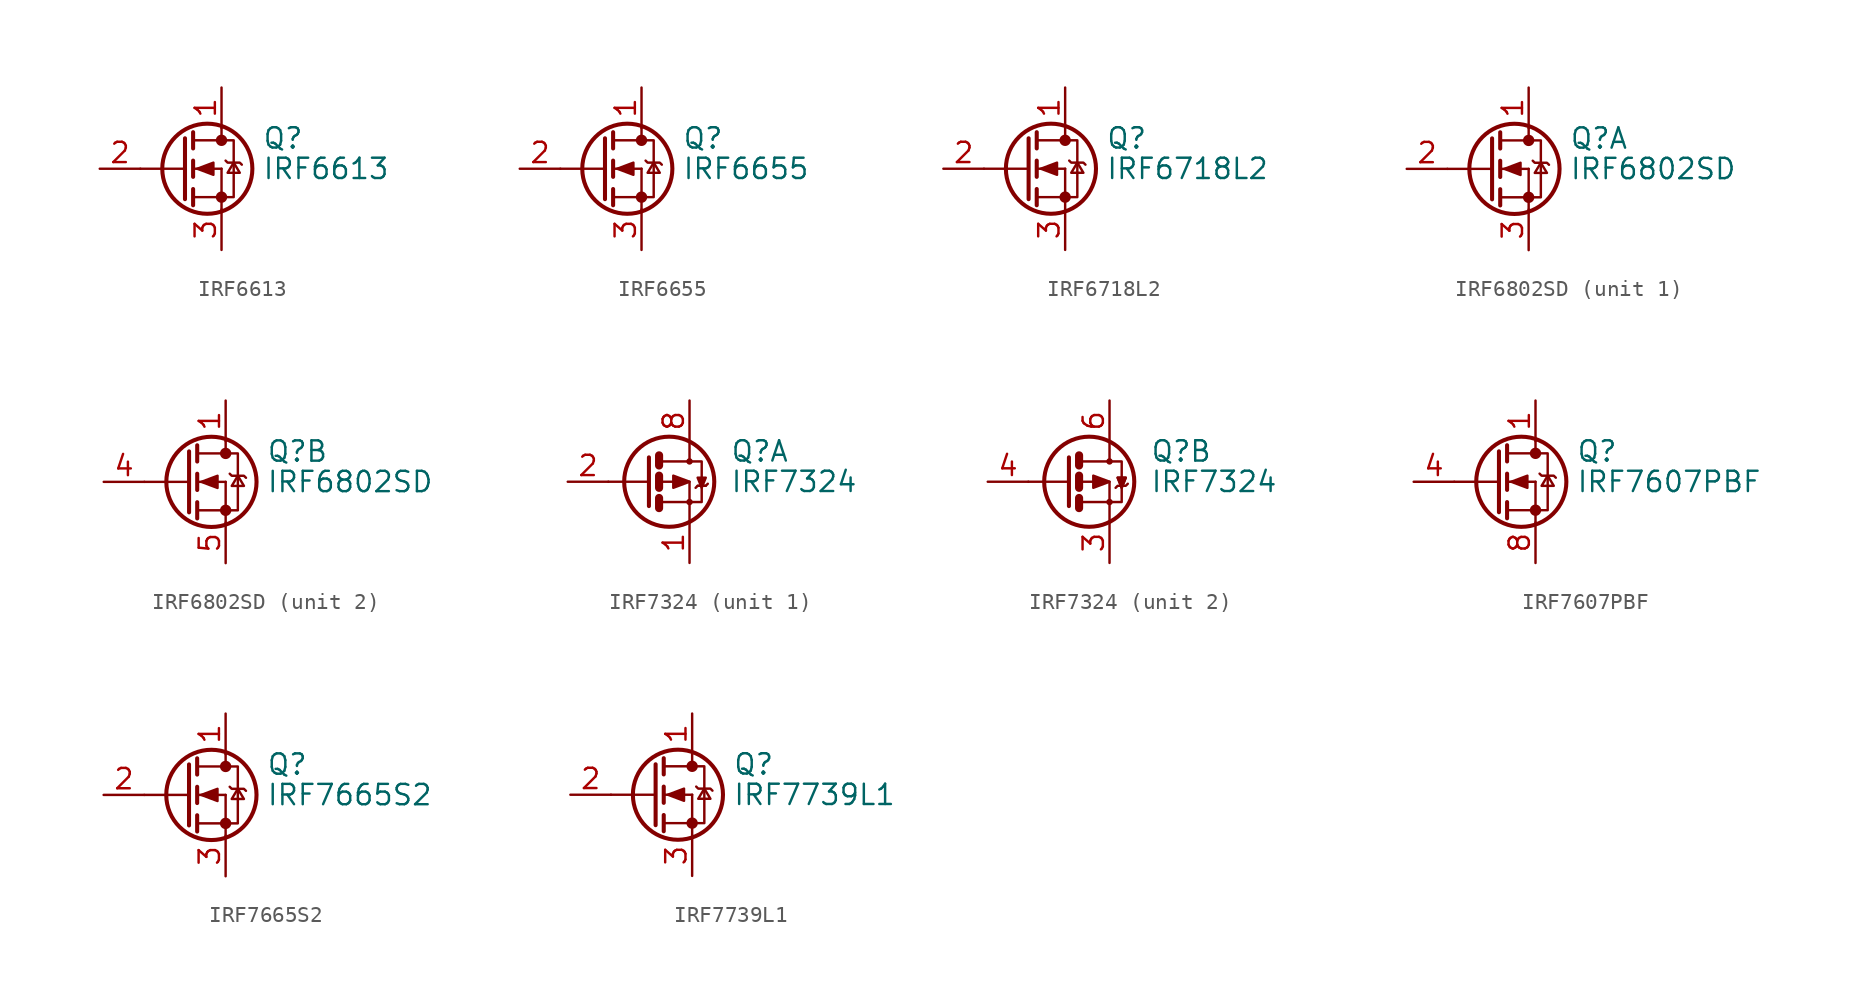
<source format=kicad_sym>
(kicad_symbol_lib
  (version 20201005)
  (generator kicad_symbol_editor)
  (symbol "IRF6613"
    (pin_names
      (offset 0) hide)
    (property "Reference" "Q"
      (at 5.08 1.905 0)
      (effects (font (size 1.27 1.27)) (justify left)))
    (property "Value" "IRF6613"
      (at 5.08 0 0)
      (effects (font (size 1.27 1.27)) (justify left)))
    (symbol "IRF6613_0_1"
      (circle (center 1.651 0) (radius 2.819) (stroke (width 0.254)) (fill (type none)))
      (circle (center 2.54 -1.778) (radius 0.279) (stroke (width 0)) (fill (type outline)))
      (circle (center 2.54 1.778) (radius 0.279) (stroke (width 0)) (fill (type outline)))
      (polyline (pts (xy -2.54 0) (xy 0.254 0)) (stroke (width 0)) (fill (type none)))
      (polyline (pts (xy 0.762 -1.778) (xy 2.54 -1.778)) (stroke (width 0)) (fill (type none)))
      (polyline (pts (xy 0.762 -1.27) (xy 0.762 -2.286)) (stroke (width 0.254)) (fill (type none)))
      (polyline (pts (xy 0.762 0) (xy 2.54 0)) (stroke (width 0)) (fill (type none)))
      (polyline (pts (xy 0.762 0.508) (xy 0.762 -0.508)) (stroke (width 0.254)) (fill (type none)))
      (polyline (pts (xy 0.762 1.778) (xy 2.54 1.778)) (stroke (width 0)) (fill (type none)))
      (polyline (pts (xy 0.762 2.286) (xy 0.762 1.27)) (stroke (width 0.254)) (fill (type none)))
      (polyline (pts (xy 2.54 -1.778) (xy 2.54 -2.54)) (stroke (width 0)) (fill (type none)))
      (polyline (pts (xy 2.54 -1.778) (xy 2.54 0)) (stroke (width 0)) (fill (type none)))
      (polyline (pts (xy 2.54 2.54) (xy 2.54 1.778)) (stroke (width 0)) (fill (type none)))
      (polyline (pts (xy 0.254 1.905) (xy 0.254 -1.905) (xy 0.254 -1.905)) (stroke (width 0.254)) (fill (type none)))
      (polyline (pts (xy 1.016 0) (xy 2.032 0.381) (xy 2.032 -0.381) (xy 1.016 0)) (stroke (width 0)) (fill (type outline)))
      (polyline (pts (xy 2.54 -1.778) (xy 3.302 -1.778) (xy 3.302 1.778) (xy 2.54 1.778)) (stroke (width 0)) (fill (type none)))
      (polyline (pts (xy 2.794 0.508) (xy 2.921 0.381) (xy 3.683 0.381) (xy 3.81 0.254)) (stroke (width 0)) (fill (type none)))
      (polyline (pts (xy 3.302 0.381) (xy 2.921 -0.254) (xy 3.683 -0.254) (xy 3.302 0.381)) (stroke (width 0)) (fill (type none))))
    (symbol "IRF6613_1_1"
      (pin passive line (at 2.54 5.08 270) (length 2.54) (name "D" (effects (font (size 1.27 1.27)))) (number "1" (effects (font (size 1.27 1.27)))))
      (pin input line (at -5.08 0 0) (length 2.54) (name "G" (effects (font (size 1.27 1.27)))) (number "2" (effects (font (size 1.27 1.27)))))
      (pin passive line (at 2.54 -5.08 90) (length 2.54) (name "S" (effects (font (size 1.27 1.27)))) (number "3" (effects (font (size 1.27 1.27)))))))
  (symbol "IRF6655"
    (pin_names
      (offset 0) hide)
    (property "Reference" "Q"
      (at 5.08 1.905 0)
      (effects (font (size 1.27 1.27)) (justify left)))
    (property "Value" "IRF6655"
      (at 5.08 0 0)
      (effects (font (size 1.27 1.27)) (justify left)))
    (symbol "IRF6655_0_1"
      (circle (center 1.651 0) (radius 2.819) (stroke (width 0.254)) (fill (type none)))
      (circle (center 2.54 -1.778) (radius 0.279) (stroke (width 0)) (fill (type outline)))
      (circle (center 2.54 1.778) (radius 0.279) (stroke (width 0)) (fill (type outline)))
      (polyline (pts (xy -2.54 0) (xy 0.254 0)) (stroke (width 0)) (fill (type none)))
      (polyline (pts (xy 0.762 -1.778) (xy 2.54 -1.778)) (stroke (width 0)) (fill (type none)))
      (polyline (pts (xy 0.762 -1.27) (xy 0.762 -2.286)) (stroke (width 0.254)) (fill (type none)))
      (polyline (pts (xy 0.762 0) (xy 2.54 0)) (stroke (width 0)) (fill (type none)))
      (polyline (pts (xy 0.762 0.508) (xy 0.762 -0.508)) (stroke (width 0.254)) (fill (type none)))
      (polyline (pts (xy 0.762 1.778) (xy 2.54 1.778)) (stroke (width 0)) (fill (type none)))
      (polyline (pts (xy 0.762 2.286) (xy 0.762 1.27)) (stroke (width 0.254)) (fill (type none)))
      (polyline (pts (xy 2.54 -1.778) (xy 2.54 -2.54)) (stroke (width 0)) (fill (type none)))
      (polyline (pts (xy 2.54 -1.778) (xy 2.54 0)) (stroke (width 0)) (fill (type none)))
      (polyline (pts (xy 2.54 2.54) (xy 2.54 1.778)) (stroke (width 0)) (fill (type none)))
      (polyline (pts (xy 0.254 1.905) (xy 0.254 -1.905) (xy 0.254 -1.905)) (stroke (width 0.254)) (fill (type none)))
      (polyline (pts (xy 1.016 0) (xy 2.032 0.381) (xy 2.032 -0.381) (xy 1.016 0)) (stroke (width 0)) (fill (type outline)))
      (polyline (pts (xy 2.54 -1.778) (xy 3.302 -1.778) (xy 3.302 1.778) (xy 2.54 1.778)) (stroke (width 0)) (fill (type none)))
      (polyline (pts (xy 2.794 0.508) (xy 2.921 0.381) (xy 3.683 0.381) (xy 3.81 0.254)) (stroke (width 0)) (fill (type none)))
      (polyline (pts (xy 3.302 0.381) (xy 2.921 -0.254) (xy 3.683 -0.254) (xy 3.302 0.381)) (stroke (width 0)) (fill (type none))))
    (symbol "IRF6655_1_1"
      (pin passive line (at 2.54 5.08 270) (length 2.54) (name "D" (effects (font (size 1.27 1.27)))) (number "1" (effects (font (size 1.27 1.27)))))
      (pin input line (at -5.08 0 0) (length 2.54) (name "G" (effects (font (size 1.27 1.27)))) (number "2" (effects (font (size 1.27 1.27)))))
      (pin passive line (at 2.54 -5.08 90) (length 2.54) (name "S" (effects (font (size 1.27 1.27)))) (number "3" (effects (font (size 1.27 1.27)))))))
  (symbol "IRF6718L2"
    (pin_names
      (offset 0) hide)
    (property "Reference" "Q"
      (at 5.08 1.905 0)
      (effects (font (size 1.27 1.27)) (justify left)))
    (property "Value" "IRF6718L2"
      (at 5.08 0 0)
      (effects (font (size 1.27 1.27)) (justify left)))
    (symbol "IRF6718L2_0_1"
      (circle (center 1.651 0) (radius 2.819) (stroke (width 0.254)) (fill (type none)))
      (circle (center 2.54 -1.778) (radius 0.279) (stroke (width 0)) (fill (type outline)))
      (circle (center 2.54 1.778) (radius 0.279) (stroke (width 0)) (fill (type outline)))
      (polyline (pts (xy -2.54 0) (xy 0.254 0)) (stroke (width 0)) (fill (type none)))
      (polyline (pts (xy 0.762 -1.778) (xy 2.54 -1.778)) (stroke (width 0)) (fill (type none)))
      (polyline (pts (xy 0.762 -1.27) (xy 0.762 -2.286)) (stroke (width 0.254)) (fill (type none)))
      (polyline (pts (xy 0.762 0) (xy 2.54 0)) (stroke (width 0)) (fill (type none)))
      (polyline (pts (xy 0.762 0.508) (xy 0.762 -0.508)) (stroke (width 0.254)) (fill (type none)))
      (polyline (pts (xy 0.762 1.778) (xy 2.54 1.778)) (stroke (width 0)) (fill (type none)))
      (polyline (pts (xy 0.762 2.286) (xy 0.762 1.27)) (stroke (width 0.254)) (fill (type none)))
      (polyline (pts (xy 2.54 -1.778) (xy 2.54 -2.54)) (stroke (width 0)) (fill (type none)))
      (polyline (pts (xy 2.54 -1.778) (xy 2.54 0)) (stroke (width 0)) (fill (type none)))
      (polyline (pts (xy 2.54 2.54) (xy 2.54 1.778)) (stroke (width 0)) (fill (type none)))
      (polyline (pts (xy 0.254 1.905) (xy 0.254 -1.905) (xy 0.254 -1.905)) (stroke (width 0.254)) (fill (type none)))
      (polyline (pts (xy 1.016 0) (xy 2.032 0.381) (xy 2.032 -0.381) (xy 1.016 0)) (stroke (width 0)) (fill (type outline)))
      (polyline (pts (xy 2.54 -1.778) (xy 3.302 -1.778) (xy 3.302 1.778) (xy 2.54 1.778)) (stroke (width 0)) (fill (type none)))
      (polyline (pts (xy 2.794 0.508) (xy 2.921 0.381) (xy 3.683 0.381) (xy 3.81 0.254)) (stroke (width 0)) (fill (type none)))
      (polyline (pts (xy 3.302 0.381) (xy 2.921 -0.254) (xy 3.683 -0.254) (xy 3.302 0.381)) (stroke (width 0)) (fill (type none))))
    (symbol "IRF6718L2_1_1"
      (pin passive line (at 2.54 5.08 270) (length 2.54) (name "D" (effects (font (size 1.27 1.27)))) (number "1" (effects (font (size 1.27 1.27)))))
      (pin input line (at -5.08 0 0) (length 2.54) (name "G" (effects (font (size 1.27 1.27)))) (number "2" (effects (font (size 1.27 1.27)))))
      (pin passive line (at 2.54 -5.08 90) (length 2.54) (name "S" (effects (font (size 1.27 1.27)))) (number "3" (effects (font (size 1.27 1.27)))))))
  (symbol "IRF6802SD"
    (pin_names
      (offset 0) hide)
    (property "Reference" "Q"
      (at 5.08 1.905 0)
      (effects (font (size 1.27 1.27)) (justify left)))
    (property "Value" "IRF6802SD"
      (at 5.08 0 0)
      (effects (font (size 1.27 1.27)) (justify left)))
    (symbol "IRF6802SD_0_1"
      (circle (center 1.651 0) (radius 2.819) (stroke (width 0.254)) (fill (type none)))
      (circle (center 2.54 -1.778) (radius 0.279) (stroke (width 0)) (fill (type outline)))
      (circle (center 2.54 1.778) (radius 0.279) (stroke (width 0)) (fill (type outline)))
      (polyline (pts (xy -2.54 0) (xy 0.254 0)) (stroke (width 0)) (fill (type none)))
      (polyline (pts (xy 0.762 -1.778) (xy 2.54 -1.778)) (stroke (width 0)) (fill (type none)))
      (polyline (pts (xy 0.762 -1.27) (xy 0.762 -2.286)) (stroke (width 0.254)) (fill (type none)))
      (polyline (pts (xy 0.762 0) (xy 2.54 0)) (stroke (width 0)) (fill (type none)))
      (polyline (pts (xy 0.762 0.508) (xy 0.762 -0.508)) (stroke (width 0.254)) (fill (type none)))
      (polyline (pts (xy 0.762 1.778) (xy 2.54 1.778)) (stroke (width 0)) (fill (type none)))
      (polyline (pts (xy 0.762 2.286) (xy 0.762 1.27)) (stroke (width 0.254)) (fill (type none)))
      (polyline (pts (xy 2.54 -1.778) (xy 2.54 -2.54)) (stroke (width 0)) (fill (type none)))
      (polyline (pts (xy 2.54 -1.778) (xy 2.54 0)) (stroke (width 0)) (fill (type none)))
      (polyline (pts (xy 2.54 2.54) (xy 2.54 1.778)) (stroke (width 0)) (fill (type none)))
      (polyline (pts (xy 0.254 1.905) (xy 0.254 -1.905) (xy 0.254 -1.905)) (stroke (width 0.254)) (fill (type none)))
      (polyline (pts (xy 1.016 0) (xy 2.032 0.381) (xy 2.032 -0.381) (xy 1.016 0)) (stroke (width 0)) (fill (type outline)))
      (polyline (pts (xy 2.54 -1.778) (xy 3.302 -1.778) (xy 3.302 1.778) (xy 2.54 1.778)) (stroke (width 0)) (fill (type none)))
      (polyline (pts (xy 2.794 0.508) (xy 2.921 0.381) (xy 3.683 0.381) (xy 3.81 0.254)) (stroke (width 0)) (fill (type none)))
      (polyline (pts (xy 3.302 0.381) (xy 2.921 -0.254) (xy 3.683 -0.254) (xy 3.302 0.381)) (stroke (width 0)) (fill (type none))))
    (symbol "IRF6802SD_1_1"
      (pin passive line (at 2.54 5.08 270) (length 2.54) (name "D" (effects (font (size 1.27 1.27)))) (number "1" (effects (font (size 1.27 1.27)))))
      (pin input line (at -5.08 0 0) (length 2.54) (name "G1" (effects (font (size 1.27 1.27)))) (number "2" (effects (font (size 1.27 1.27)))))
      (pin passive line (at 2.54 -5.08 90) (length 2.54) (name "S1" (effects (font (size 1.27 1.27)))) (number "3" (effects (font (size 1.27 1.27))))))
    (symbol "IRF6802SD_2_1"
      (pin passive line (at 2.54 5.08 270) (length 2.54) (name "D" (effects (font (size 1.27 1.27)))) (number "1" (effects (font (size 1.27 1.27)))))
      (pin input line (at -5.08 0 0) (length 2.54) (name "G2" (effects (font (size 1.27 1.27)))) (number "4" (effects (font (size 1.27 1.27)))))
      (pin passive line (at 2.54 -5.08 90) (length 2.54) (name "S2" (effects (font (size 1.27 1.27)))) (number "5" (effects (font (size 1.27 1.27)))))))
  (symbol "IRF7324"
    (pin_names
      (offset 0) hide)
    (property "Reference" "Q"
      (at 5.08 1.905 0)
      (effects (font (size 1.27 1.27)) (justify left)))
    (property "Value" "IRF7324"
      (at 5.08 0 0)
      (effects (font (size 1.27 1.27)) (justify left)))
    (property "ki_locked" ""
      (at 0 0 0)
      (effects (font (size 1.27 1.27))))
    (symbol "IRF7324_0_1"
      (circle (center 1.27 0) (radius 2.819) (stroke (width 0.254)) (fill (type none)))
      (circle (center 2.54 -1.27) (radius 0.127) (stroke (width 0)) (fill (type none)))
      (circle (center 2.54 1.27) (radius 0.127) (stroke (width 0)) (fill (type none)))
      (polyline (pts (xy 0 0) (xy -2.54 0)) (stroke (width 0)) (fill (type none)))
      (polyline (pts (xy 0.635 -1.016) (xy 0.635 -1.651)) (stroke (width 0.508)) (fill (type none)))
      (polyline (pts (xy 0.635 0.381) (xy 0.635 -0.381)) (stroke (width 0.508)) (fill (type none)))
      (polyline (pts (xy 0.635 1.651) (xy 0.635 1.016)) (stroke (width 0.508)) (fill (type none)))
      (polyline (pts (xy 0 1.524) (xy 0 -1.524) (xy 0 -1.524)) (stroke (width 0.254)) (fill (type none)))
      (polyline (pts (xy 0.762 -1.27) (xy 2.54 -1.27) (xy 2.54 -2.54) (xy 2.54 -2.54)) (stroke (width 0)) (fill (type none)))
      (polyline (pts (xy 0.762 1.27) (xy 2.54 1.27) (xy 2.54 2.54) (xy 2.54 2.54)) (stroke (width 0)) (fill (type none)))
      (polyline (pts (xy 2.54 0) (xy 1.524 0.381) (xy 1.524 -0.381) (xy 2.54 0)) (stroke (width 0)) (fill (type outline)))
      (polyline (pts (xy 2.54 1.27) (xy 3.302 1.27) (xy 3.302 -1.27) (xy 2.54 -1.27)) (stroke (width 0)) (fill (type none)))
      (polyline (pts (xy 3.048 0.254) (xy 3.556 0.254) (xy 3.302 -0.381) (xy 3.048 0.254)) (stroke (width 0)) (fill (type outline)))
      (polyline (pts (xy 3.683 -0.127) (xy 3.556 -0.254) (xy 3.048 -0.254) (xy 2.921 -0.381)) (stroke (width 0)) (fill (type none)))
      (polyline (pts (xy 0.762 0) (xy 1.27 0) (xy 2.54 0) (xy 2.54 -1.27) (xy 2.54 -1.27)) (stroke (width 0)) (fill (type none))))
    (symbol "IRF7324_1_1"
      (polyline (pts (xy 3.048 -0.254) (xy 3.556 -0.254)) (stroke (width 0)) (fill (type none)))
      (pin passive line (at 2.54 -5.08 90) (length 2.54) (name "S1" (effects (font (size 1.27 1.27)))) (number "1" (effects (font (size 1.27 1.27)))))
      (pin input line (at -5.08 0 0) (length 2.54) (name "G1" (effects (font (size 1.27 1.27)))) (number "2" (effects (font (size 1.27 1.27)))))
      (pin passive line (at 2.54 5.08 270) (length 2.54) hide (name "D1" (effects (font (size 1.27 1.27)))) (number "7" (effects (font (size 1.27 1.27)))))
      (pin passive line (at 2.54 5.08 270) (length 2.54) (name "D1" (effects (font (size 1.27 1.27)))) (number "8" (effects (font (size 1.27 1.27))))))
    (symbol "IRF7324_2_1"
      (polyline (pts (xy 3.302 -0.381) (xy 3.048 0.254) (xy 3.556 0.254) (xy 3.302 -0.381)) (stroke (width 0)) (fill (type outline)))
      (pin passive line (at 2.54 -5.08 90) (length 2.54) (name "S2" (effects (font (size 1.27 1.27)))) (number "3" (effects (font (size 1.27 1.27)))))
      (pin input line (at -5.08 0 0) (length 2.54) (name "G2" (effects (font (size 1.27 1.27)))) (number "4" (effects (font (size 1.27 1.27)))))
      (pin passive line (at 2.54 5.08 270) (length 2.54) hide (name "D2" (effects (font (size 1.27 1.27)))) (number "5" (effects (font (size 1.27 1.27)))))
      (pin passive line (at 2.54 5.08 270) (length 2.54) (name "D2" (effects (font (size 1.27 1.27)))) (number "6" (effects (font (size 1.27 1.27)))))))
  (symbol "IRF7607PBF"
    (pin_names
      (offset 0) hide)
    (property "Reference" "Q"
      (at 5.08 1.905 0)
      (effects (font (size 1.27 1.27)) (justify left)))
    (property "Value" "IRF7607PBF"
      (at 5.08 0 0)
      (effects (font (size 1.27 1.27)) (justify left)))
    (symbol "IRF7607PBF_0_1"
      (circle (center 1.651 0) (radius 2.819) (stroke (width 0.254)) (fill (type none)))
      (circle (center 2.54 -1.778) (radius 0.279) (stroke (width 0)) (fill (type outline)))
      (circle (center 2.54 1.778) (radius 0.279) (stroke (width 0)) (fill (type outline)))
      (polyline (pts (xy -2.54 0) (xy 0.254 0)) (stroke (width 0)) (fill (type none)))
      (polyline (pts (xy 0.762 -1.778) (xy 2.54 -1.778)) (stroke (width 0)) (fill (type none)))
      (polyline (pts (xy 0.762 -1.27) (xy 0.762 -2.286)) (stroke (width 0.254)) (fill (type none)))
      (polyline (pts (xy 0.762 0) (xy 2.54 0)) (stroke (width 0)) (fill (type none)))
      (polyline (pts (xy 0.762 0.508) (xy 0.762 -0.508)) (stroke (width 0.254)) (fill (type none)))
      (polyline (pts (xy 0.762 1.778) (xy 2.54 1.778)) (stroke (width 0)) (fill (type none)))
      (polyline (pts (xy 0.762 2.286) (xy 0.762 1.27)) (stroke (width 0.254)) (fill (type none)))
      (polyline (pts (xy 2.54 -1.778) (xy 2.54 -2.54)) (stroke (width 0)) (fill (type none)))
      (polyline (pts (xy 2.54 -1.778) (xy 2.54 0)) (stroke (width 0)) (fill (type none)))
      (polyline (pts (xy 2.54 2.54) (xy 2.54 1.778)) (stroke (width 0)) (fill (type none)))
      (polyline (pts (xy 0.254 1.905) (xy 0.254 -1.905) (xy 0.254 -1.905)) (stroke (width 0.254)) (fill (type none)))
      (polyline (pts (xy 1.016 0) (xy 2.032 0.381) (xy 2.032 -0.381) (xy 1.016 0)) (stroke (width 0)) (fill (type outline)))
      (polyline (pts (xy 2.54 -1.778) (xy 3.302 -1.778) (xy 3.302 1.778) (xy 2.54 1.778)) (stroke (width 0)) (fill (type none)))
      (polyline (pts (xy 2.794 0.508) (xy 2.921 0.381) (xy 3.683 0.381) (xy 3.81 0.254)) (stroke (width 0)) (fill (type none)))
      (polyline (pts (xy 3.302 0.381) (xy 2.921 -0.254) (xy 3.683 -0.254) (xy 3.302 0.381)) (stroke (width 0)) (fill (type none))))
    (symbol "IRF7607PBF_1_1"
      (pin passive line (at 2.54 5.08 270) (length 2.54) (name "S" (effects (font (size 1.27 1.27)))) (number "1" (effects (font (size 1.27 1.27)))))
      (pin passive line (at 2.54 5.08 270) (length 2.54) hide (name "S" (effects (font (size 1.27 1.27)))) (number "2" (effects (font (size 1.27 1.27)))))
      (pin passive line (at 2.54 5.08 270) (length 2.54) hide (name "S" (effects (font (size 1.27 1.27)))) (number "3" (effects (font (size 1.27 1.27)))))
      (pin passive line (at -5.08 0 0) (length 2.54) (name "G" (effects (font (size 1.27 1.27)))) (number "4" (effects (font (size 1.27 1.27)))))
      (pin passive line (at 2.54 -5.08 90) (length 2.54) hide (name "D" (effects (font (size 1.27 1.27)))) (number "5" (effects (font (size 1.27 1.27)))))
      (pin passive line (at 2.54 -5.08 90) (length 2.54) hide (name "D" (effects (font (size 1.27 1.27)))) (number "6" (effects (font (size 1.27 1.27)))))
      (pin passive line (at 2.54 -5.08 90) (length 2.54) hide (name "D" (effects (font (size 1.27 1.27)))) (number "7" (effects (font (size 1.27 1.27)))))
      (pin passive line (at 2.54 -5.08 90) (length 2.54) (name "D" (effects (font (size 1.27 1.27)))) (number "8" (effects (font (size 1.27 1.27)))))))
  (symbol "IRF7665S2"
    (pin_names
      (offset 0) hide)
    (property "Reference" "Q"
      (at 5.08 1.905 0)
      (effects (font (size 1.27 1.27)) (justify left)))
    (property "Value" "IRF7665S2"
      (at 5.08 0 0)
      (effects (font (size 1.27 1.27)) (justify left)))
    (symbol "IRF7665S2_0_1"
      (circle (center 1.651 0) (radius 2.819) (stroke (width 0.254)) (fill (type none)))
      (circle (center 2.54 -1.778) (radius 0.279) (stroke (width 0)) (fill (type outline)))
      (circle (center 2.54 1.778) (radius 0.279) (stroke (width 0)) (fill (type outline)))
      (polyline (pts (xy -2.54 0) (xy 0.254 0)) (stroke (width 0)) (fill (type none)))
      (polyline (pts (xy 0.762 -1.778) (xy 2.54 -1.778)) (stroke (width 0)) (fill (type none)))
      (polyline (pts (xy 0.762 -1.27) (xy 0.762 -2.286)) (stroke (width 0.254)) (fill (type none)))
      (polyline (pts (xy 0.762 0) (xy 2.54 0)) (stroke (width 0)) (fill (type none)))
      (polyline (pts (xy 0.762 0.508) (xy 0.762 -0.508)) (stroke (width 0.254)) (fill (type none)))
      (polyline (pts (xy 0.762 1.778) (xy 2.54 1.778)) (stroke (width 0)) (fill (type none)))
      (polyline (pts (xy 0.762 2.286) (xy 0.762 1.27)) (stroke (width 0.254)) (fill (type none)))
      (polyline (pts (xy 2.54 -1.778) (xy 2.54 -2.54)) (stroke (width 0)) (fill (type none)))
      (polyline (pts (xy 2.54 -1.778) (xy 2.54 0)) (stroke (width 0)) (fill (type none)))
      (polyline (pts (xy 2.54 2.54) (xy 2.54 1.778)) (stroke (width 0)) (fill (type none)))
      (polyline (pts (xy 0.254 1.905) (xy 0.254 -1.905) (xy 0.254 -1.905)) (stroke (width 0.254)) (fill (type none)))
      (polyline (pts (xy 1.016 0) (xy 2.032 0.381) (xy 2.032 -0.381) (xy 1.016 0)) (stroke (width 0)) (fill (type outline)))
      (polyline (pts (xy 2.54 -1.778) (xy 3.302 -1.778) (xy 3.302 1.778) (xy 2.54 1.778)) (stroke (width 0)) (fill (type none)))
      (polyline (pts (xy 2.794 0.508) (xy 2.921 0.381) (xy 3.683 0.381) (xy 3.81 0.254)) (stroke (width 0)) (fill (type none)))
      (polyline (pts (xy 3.302 0.381) (xy 2.921 -0.254) (xy 3.683 -0.254) (xy 3.302 0.381)) (stroke (width 0)) (fill (type none))))
    (symbol "IRF7665S2_1_1"
      (pin passive line (at 2.54 5.08 270) (length 2.54) (name "D" (effects (font (size 1.27 1.27)))) (number "1" (effects (font (size 1.27 1.27)))))
      (pin input line (at -5.08 0 0) (length 2.54) (name "G" (effects (font (size 1.27 1.27)))) (number "2" (effects (font (size 1.27 1.27)))))
      (pin passive line (at 2.54 -5.08 90) (length 2.54) (name "S" (effects (font (size 1.27 1.27)))) (number "3" (effects (font (size 1.27 1.27)))))))
  (symbol "IRF7739L1"
    (pin_names
      (offset 0) hide)
    (property "Reference" "Q"
      (at 5.08 1.905 0)
      (effects (font (size 1.27 1.27)) (justify left)))
    (property "Value" "IRF7739L1"
      (at 5.08 0 0)
      (effects (font (size 1.27 1.27)) (justify left)))
    (symbol "IRF7739L1_0_1"
      (circle (center 1.651 0) (radius 2.819) (stroke (width 0.254)) (fill (type none)))
      (circle (center 2.54 -1.778) (radius 0.279) (stroke (width 0)) (fill (type outline)))
      (circle (center 2.54 1.778) (radius 0.279) (stroke (width 0)) (fill (type outline)))
      (polyline (pts (xy -2.54 0) (xy 0.254 0)) (stroke (width 0)) (fill (type none)))
      (polyline (pts (xy 0.762 -1.778) (xy 2.54 -1.778)) (stroke (width 0)) (fill (type none)))
      (polyline (pts (xy 0.762 -1.27) (xy 0.762 -2.286)) (stroke (width 0.254)) (fill (type none)))
      (polyline (pts (xy 0.762 0) (xy 2.54 0)) (stroke (width 0)) (fill (type none)))
      (polyline (pts (xy 0.762 0.508) (xy 0.762 -0.508)) (stroke (width 0.254)) (fill (type none)))
      (polyline (pts (xy 0.762 1.778) (xy 2.54 1.778)) (stroke (width 0)) (fill (type none)))
      (polyline (pts (xy 0.762 2.286) (xy 0.762 1.27)) (stroke (width 0.254)) (fill (type none)))
      (polyline (pts (xy 2.54 -1.778) (xy 2.54 -2.54)) (stroke (width 0)) (fill (type none)))
      (polyline (pts (xy 2.54 -1.778) (xy 2.54 0)) (stroke (width 0)) (fill (type none)))
      (polyline (pts (xy 2.54 2.54) (xy 2.54 1.778)) (stroke (width 0)) (fill (type none)))
      (polyline (pts (xy 0.254 1.905) (xy 0.254 -1.905) (xy 0.254 -1.905)) (stroke (width 0.254)) (fill (type none)))
      (polyline (pts (xy 1.016 0) (xy 2.032 0.381) (xy 2.032 -0.381) (xy 1.016 0)) (stroke (width 0)) (fill (type outline)))
      (polyline (pts (xy 2.54 -1.778) (xy 3.302 -1.778) (xy 3.302 1.778) (xy 2.54 1.778)) (stroke (width 0)) (fill (type none)))
      (polyline (pts (xy 2.794 0.508) (xy 2.921 0.381) (xy 3.683 0.381) (xy 3.81 0.254)) (stroke (width 0)) (fill (type none)))
      (polyline (pts (xy 3.302 0.381) (xy 2.921 -0.254) (xy 3.683 -0.254) (xy 3.302 0.381)) (stroke (width 0)) (fill (type none))))
    (symbol "IRF7739L1_1_1"
      (pin passive line (at 2.54 5.08 270) (length 2.54) (name "D" (effects (font (size 1.27 1.27)))) (number "1" (effects (font (size 1.27 1.27)))))
      (pin input line (at -5.08 0 0) (length 2.54) (name "G" (effects (font (size 1.27 1.27)))) (number "2" (effects (font (size 1.27 1.27)))))
      (pin passive line (at 2.54 -5.08 90) (length 2.54) (name "S" (effects (font (size 1.27 1.27)))) (number "3" (effects (font (size 1.27 1.27))))))))
</source>
